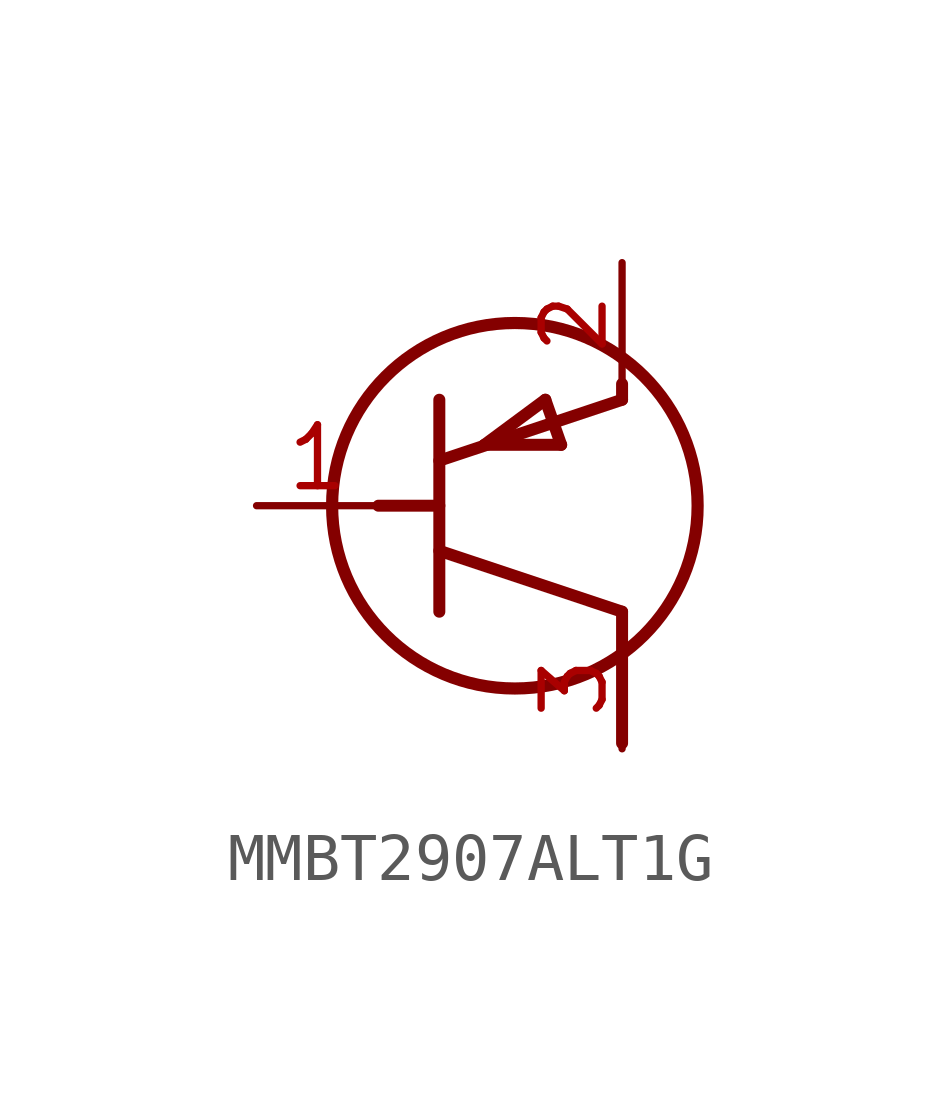
<source format=kicad_sym>
(kicad_symbol_lib
  (version 20231120)
  (generator "kicad_symbol_editor")
  (generator_version "8.0")
  (symbol "MMBT2907ALT1G"
    (property "Reference" "Q"
      (at 0 0 0)
      (effects (font (size 1.27 1.27)) (hide yes)))
    (property "ki_locked" ""
      (at 0 0 0)
      (effects (font (size 1.27 1.27))))
    (symbol "MMBT2907ALT1G_1_0"
      (polyline (pts (xy -2.845 0.572) (xy -1.575 0.572)) (stroke (width 0.25) (type solid)) (fill (type none)))
      (polyline (pts (xy -1.575 -0.368) (xy 2.235 -1.638)) (stroke (width 0.25) (type solid)) (fill (type none)))
      (polyline (pts (xy -1.575 1.511) (xy 2.235 2.781)) (stroke (width 0.25) (type solid)) (fill (type none)))
      (polyline (pts (xy -1.575 2.781) (xy -1.575 -1.638)) (stroke (width 0.25) (type solid)) (fill (type none)))
      (polyline (pts (xy -0.635 1.841) (xy 0.965 1.841)) (stroke (width 0.25) (type solid)) (fill (type none)))
      (polyline (pts (xy 0.635 2.781) (xy -0.635 1.841)) (stroke (width 0.25) (type solid)) (fill (type none)))
      (polyline (pts (xy 0.965 1.841) (xy 0.635 2.781)) (stroke (width 0.25) (type solid)) (fill (type none)))
      (polyline (pts (xy 2.235 -1.638) (xy 2.235 -4.381)) (stroke (width 0.25) (type solid)) (fill (type none)))
      (polyline (pts (xy 2.235 3.111) (xy 2.235 2.781)) (stroke (width 0.25) (type solid)) (fill (type none)))
      (circle (center 0 0.571) (radius 3.81) (stroke (width 0.254) (type solid)) (fill (type none)))
      (pin passive line (at -5.385 0.572 0) (length 2.54) (name "B" (effects (font (size 0 0)))) (number "1" (effects (font (size 1.27 1.27)))))
      (pin passive line (at 2.235 5.639 270) (length 2.54) (name "E" (effects (font (size 0 0)))) (number "2" (effects (font (size 1.27 1.27)))))
      (pin passive line (at 2.235 -4.496 90) (length 2.54) (name "C" (effects (font (size 0 0)))) (number "3" (effects (font (size 1.27 1.27))))))))
</source>
